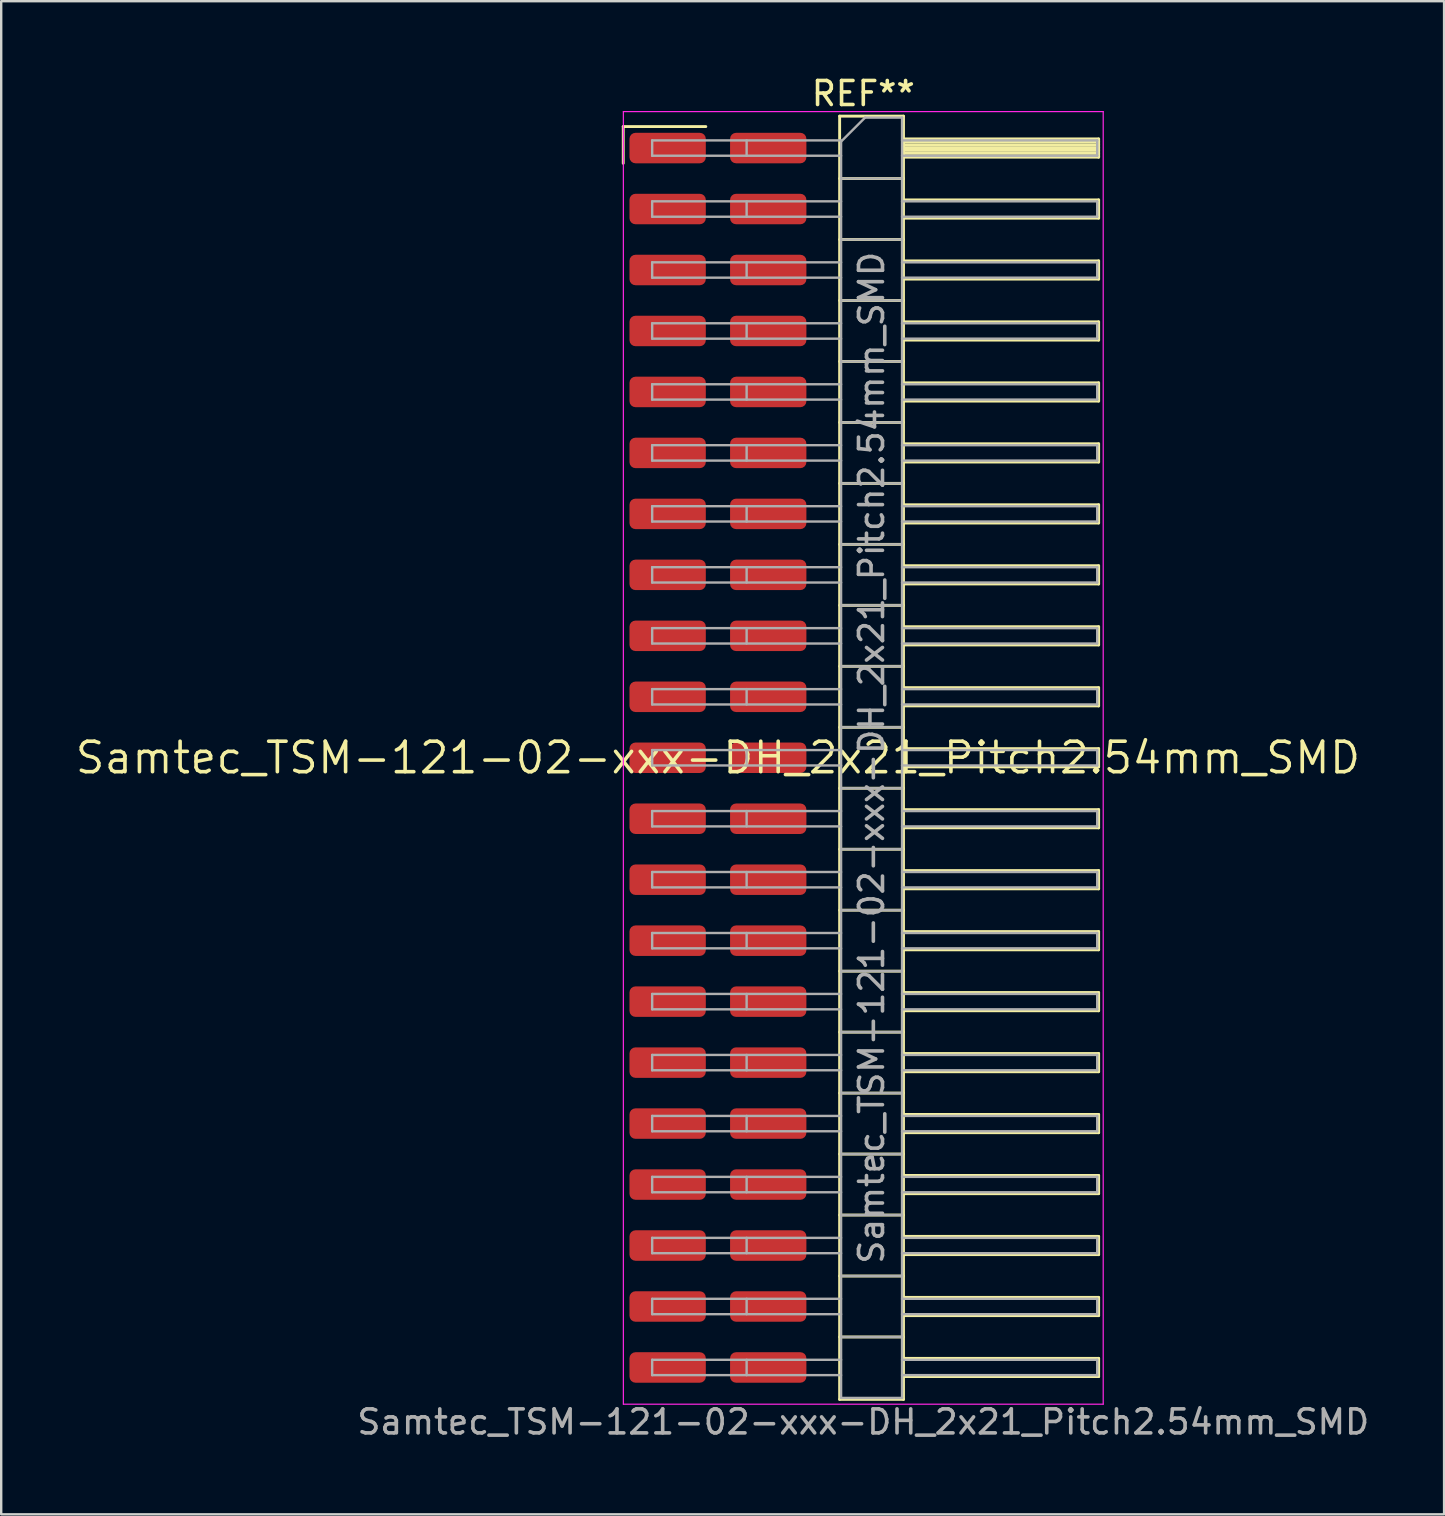
<source format=kicad_pcb>
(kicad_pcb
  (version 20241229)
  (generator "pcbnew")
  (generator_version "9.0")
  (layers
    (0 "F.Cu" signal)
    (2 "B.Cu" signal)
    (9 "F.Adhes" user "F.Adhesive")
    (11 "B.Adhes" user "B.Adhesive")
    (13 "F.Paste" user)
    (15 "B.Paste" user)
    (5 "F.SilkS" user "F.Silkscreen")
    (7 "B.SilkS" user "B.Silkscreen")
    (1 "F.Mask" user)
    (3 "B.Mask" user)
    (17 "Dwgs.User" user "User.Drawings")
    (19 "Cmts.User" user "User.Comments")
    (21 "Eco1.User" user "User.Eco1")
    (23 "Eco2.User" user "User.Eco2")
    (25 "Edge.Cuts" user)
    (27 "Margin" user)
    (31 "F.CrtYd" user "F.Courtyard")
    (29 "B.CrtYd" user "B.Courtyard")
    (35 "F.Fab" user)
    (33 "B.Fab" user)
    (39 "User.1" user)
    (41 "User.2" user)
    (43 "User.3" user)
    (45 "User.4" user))
  (footprint "Samtec_TSM-121-02-xxx-DH_2x21_Pitch2.54mm_SMD"
    (layer "F.Cu")
    (at 26.859 28.518)
    (property "Reference" "Samtec_TSM-121-02-xxx-DH_2x21_Pitch2.54mm_SMD" (at 0 0 0) (layer "F.SilkS") (effects (font (size 1.27 1.27) (thickness 0.15))))
    (attr smd)
    (fp_line (start -3.945 -26.295) (end -0.505 -26.295) (stroke (width 0.12) (type solid)) (layer "F.SilkS"))
    (fp_line (start -3.945 -24.765) (end -3.945 -26.295) (stroke (width 0.12) (type solid)) (layer "F.SilkS"))
    (fp_line (start 5.07 -26.73) (end 7.73 -26.73) (stroke (width 0.12) (type solid)) (layer "F.SilkS"))
    (fp_line (start 5.07 -24.13) (end 7.73 -24.13) (stroke (width 0.12) (type solid)) (layer "F.SilkS"))
    (fp_line (start 5.07 -21.59) (end 7.73 -21.59) (stroke (width 0.12) (type solid)) (layer "F.SilkS"))
    (fp_line (start 5.07 -19.05) (end 7.73 -19.05) (stroke (width 0.12) (type solid)) (layer "F.SilkS"))
    (fp_line (start 5.07 -16.51) (end 7.73 -16.51) (stroke (width 0.12) (type solid)) (layer "F.SilkS"))
    (fp_line (start 5.07 -13.97) (end 7.73 -13.97) (stroke (width 0.12) (type solid)) (layer "F.SilkS"))
    (fp_line (start 5.07 -11.43) (end 7.73 -11.43) (stroke (width 0.12) (type solid)) (layer "F.SilkS"))
    (fp_line (start 5.07 -8.89) (end 7.73 -8.89) (stroke (width 0.12) (type solid)) (layer "F.SilkS"))
    (fp_line (start 5.07 -6.35) (end 7.73 -6.35) (stroke (width 0.12) (type solid)) (layer "F.SilkS"))
    (fp_line (start 5.07 -3.81) (end 7.73 -3.81) (stroke (width 0.12) (type solid)) (layer "F.SilkS"))
    (fp_line (start 5.07 -1.27) (end 7.73 -1.27) (stroke (width 0.12) (type solid)) (layer "F.SilkS"))
    (fp_line (start 5.07 1.27) (end 7.73 1.27) (stroke (width 0.12) (type solid)) (layer "F.SilkS"))
    (fp_line (start 5.07 3.81) (end 7.73 3.81) (stroke (width 0.12) (type solid)) (layer "F.SilkS"))
    (fp_line (start 5.07 6.35) (end 7.73 6.35) (stroke (width 0.12) (type solid)) (layer "F.SilkS"))
    (fp_line (start 5.07 8.89) (end 7.73 8.89) (stroke (width 0.12) (type solid)) (layer "F.SilkS"))
    (fp_line (start 5.07 11.43) (end 7.73 11.43) (stroke (width 0.12) (type solid)) (layer "F.SilkS"))
    (fp_line (start 5.07 13.97) (end 7.73 13.97) (stroke (width 0.12) (type solid)) (layer "F.SilkS"))
    (fp_line (start 5.07 16.51) (end 7.73 16.51) (stroke (width 0.12) (type solid)) (layer "F.SilkS"))
    (fp_line (start 5.07 19.05) (end 7.73 19.05) (stroke (width 0.12) (type solid)) (layer "F.SilkS"))
    (fp_line (start 5.07 21.59) (end 7.73 21.59) (stroke (width 0.12) (type solid)) (layer "F.SilkS"))
    (fp_line (start 5.07 24.13) (end 7.73 24.13) (stroke (width 0.12) (type solid)) (layer "F.SilkS"))
    (fp_line (start 5.07 26.73) (end 5.07 -26.73) (stroke (width 0.12) (type solid)) (layer "F.SilkS"))
    (fp_line (start 7.73 -26.73) (end 7.73 26.73) (stroke (width 0.12) (type solid)) (layer "F.SilkS"))
    (fp_line (start 7.73 -25.78) (end 15.86 -25.78) (stroke (width 0.12) (type solid)) (layer "F.SilkS"))
    (fp_line (start 7.73 -25.66) (end 15.86 -25.66) (stroke (width 0.12) (type solid)) (layer "F.SilkS"))
    (fp_line (start 7.73 -25.54) (end 15.86 -25.54) (stroke (width 0.12) (type solid)) (layer "F.SilkS"))
    (fp_line (start 7.73 -25.42) (end 15.86 -25.42) (stroke (width 0.12) (type solid)) (layer "F.SilkS"))
    (fp_line (start 7.73 -25.3) (end 15.86 -25.3) (stroke (width 0.12) (type solid)) (layer "F.SilkS"))
    (fp_line (start 7.73 -25.18) (end 15.86 -25.18) (stroke (width 0.12) (type solid)) (layer "F.SilkS"))
    (fp_line (start 7.73 -25.06) (end 15.86 -25.06) (stroke (width 0.12) (type solid)) (layer "F.SilkS"))
    (fp_line (start 7.73 -25.02) (end 15.86 -25.02) (stroke (width 0.12) (type solid)) (layer "F.SilkS"))
    (fp_line (start 7.73 -23.24) (end 15.86 -23.24) (stroke (width 0.12) (type solid)) (layer "F.SilkS"))
    (fp_line (start 7.73 -22.48) (end 15.86 -22.48) (stroke (width 0.12) (type solid)) (layer "F.SilkS"))
    (fp_line (start 7.73 -20.7) (end 15.86 -20.7) (stroke (width 0.12) (type solid)) (layer "F.SilkS"))
    (fp_line (start 7.73 -19.94) (end 15.86 -19.94) (stroke (width 0.12) (type solid)) (layer "F.SilkS"))
    (fp_line (start 7.73 -18.16) (end 15.86 -18.16) (stroke (width 0.12) (type solid)) (layer "F.SilkS"))
    (fp_line (start 7.73 -17.4) (end 15.86 -17.4) (stroke (width 0.12) (type solid)) (layer "F.SilkS"))
    (fp_line (start 7.73 -15.62) (end 15.86 -15.62) (stroke (width 0.12) (type solid)) (layer "F.SilkS"))
    (fp_line (start 7.73 -14.86) (end 15.86 -14.86) (stroke (width 0.12) (type solid)) (layer "F.SilkS"))
    (fp_line (start 7.73 -13.08) (end 15.86 -13.08) (stroke (width 0.12) (type solid)) (layer "F.SilkS"))
    (fp_line (start 7.73 -12.32) (end 15.86 -12.32) (stroke (width 0.12) (type solid)) (layer "F.SilkS"))
    (fp_line (start 7.73 -10.54) (end 15.86 -10.54) (stroke (width 0.12) (type solid)) (layer "F.SilkS"))
    (fp_line (start 7.73 -9.78) (end 15.86 -9.78) (stroke (width 0.12) (type solid)) (layer "F.SilkS"))
    (fp_line (start 7.73 -8) (end 15.86 -8) (stroke (width 0.12) (type solid)) (layer "F.SilkS"))
    (fp_line (start 7.73 -7.24) (end 15.86 -7.24) (stroke (width 0.12) (type solid)) (layer "F.SilkS"))
    (fp_line (start 7.73 -5.46) (end 15.86 -5.46) (stroke (width 0.12) (type solid)) (layer "F.SilkS"))
    (fp_line (start 7.73 -4.7) (end 15.86 -4.7) (stroke (width 0.12) (type solid)) (layer "F.SilkS"))
    (fp_line (start 7.73 -2.92) (end 15.86 -2.92) (stroke (width 0.12) (type solid)) (layer "F.SilkS"))
    (fp_line (start 7.73 -2.16) (end 15.86 -2.16) (stroke (width 0.12) (type solid)) (layer "F.SilkS"))
    (fp_line (start 7.73 -0.38) (end 15.86 -0.38) (stroke (width 0.12) (type solid)) (layer "F.SilkS"))
    (fp_line (start 7.73 0.38) (end 15.86 0.38) (stroke (width 0.12) (type solid)) (layer "F.SilkS"))
    (fp_line (start 7.73 2.16) (end 15.86 2.16) (stroke (width 0.12) (type solid)) (layer "F.SilkS"))
    (fp_line (start 7.73 2.92) (end 15.86 2.92) (stroke (width 0.12) (type solid)) (layer "F.SilkS"))
    (fp_line (start 7.73 4.7) (end 15.86 4.7) (stroke (width 0.12) (type solid)) (layer "F.SilkS"))
    (fp_line (start 7.73 5.46) (end 15.86 5.46) (stroke (width 0.12) (type solid)) (layer "F.SilkS"))
    (fp_line (start 7.73 7.24) (end 15.86 7.24) (stroke (width 0.12) (type solid)) (layer "F.SilkS"))
    (fp_line (start 7.73 8) (end 15.86 8) (stroke (width 0.12) (type solid)) (layer "F.SilkS"))
    (fp_line (start 7.73 9.78) (end 15.86 9.78) (stroke (width 0.12) (type solid)) (layer "F.SilkS"))
    (fp_line (start 7.73 10.54) (end 15.86 10.54) (stroke (width 0.12) (type solid)) (layer "F.SilkS"))
    (fp_line (start 7.73 12.32) (end 15.86 12.32) (stroke (width 0.12) (type solid)) (layer "F.SilkS"))
    (fp_line (start 7.73 13.08) (end 15.86 13.08) (stroke (width 0.12) (type solid)) (layer "F.SilkS"))
    (fp_line (start 7.73 14.86) (end 15.86 14.86) (stroke (width 0.12) (type solid)) (layer "F.SilkS"))
    (fp_line (start 7.73 15.62) (end 15.86 15.62) (stroke (width 0.12) (type solid)) (layer "F.SilkS"))
    (fp_line (start 7.73 17.4) (end 15.86 17.4) (stroke (width 0.12) (type solid)) (layer "F.SilkS"))
    (fp_line (start 7.73 18.16) (end 15.86 18.16) (stroke (width 0.12) (type solid)) (layer "F.SilkS"))
    (fp_line (start 7.73 19.94) (end 15.86 19.94) (stroke (width 0.12) (type solid)) (layer "F.SilkS"))
    (fp_line (start 7.73 20.7) (end 15.86 20.7) (stroke (width 0.12) (type solid)) (layer "F.SilkS"))
    (fp_line (start 7.73 22.48) (end 15.86 22.48) (stroke (width 0.12) (type solid)) (layer "F.SilkS"))
    (fp_line (start 7.73 23.24) (end 15.86 23.24) (stroke (width 0.12) (type solid)) (layer "F.SilkS"))
    (fp_line (start 7.73 25.02) (end 15.86 25.02) (stroke (width 0.12) (type solid)) (layer "F.SilkS"))
    (fp_line (start 7.73 25.78) (end 15.86 25.78) (stroke (width 0.12) (type solid)) (layer "F.SilkS"))
    (fp_line (start 7.73 26.73) (end 5.07 26.73) (stroke (width 0.12) (type solid)) (layer "F.SilkS"))
    (fp_line (start 15.86 -25.78) (end 15.86 -25.02) (stroke (width 0.12) (type solid)) (layer "F.SilkS"))
    (fp_line (start 15.86 -23.24) (end 15.86 -22.48) (stroke (width 0.12) (type solid)) (layer "F.SilkS"))
    (fp_line (start 15.86 -20.7) (end 15.86 -19.94) (stroke (width 0.12) (type solid)) (layer "F.SilkS"))
    (fp_line (start 15.86 -18.16) (end 15.86 -17.4) (stroke (width 0.12) (type solid)) (layer "F.SilkS"))
    (fp_line (start 15.86 -15.62) (end 15.86 -14.86) (stroke (width 0.12) (type solid)) (layer "F.SilkS"))
    (fp_line (start 15.86 -13.08) (end 15.86 -12.32) (stroke (width 0.12) (type solid)) (layer "F.SilkS"))
    (fp_line (start 15.86 -10.54) (end 15.86 -9.78) (stroke (width 0.12) (type solid)) (layer "F.SilkS"))
    (fp_line (start 15.86 -8) (end 15.86 -7.24) (stroke (width 0.12) (type solid)) (layer "F.SilkS"))
    (fp_line (start 15.86 -5.46) (end 15.86 -4.7) (stroke (width 0.12) (type solid)) (layer "F.SilkS"))
    (fp_line (start 15.86 -2.92) (end 15.86 -2.16) (stroke (width 0.12) (type solid)) (layer "F.SilkS"))
    (fp_line (start 15.86 -0.38) (end 15.86 0.38) (stroke (width 0.12) (type solid)) (layer "F.SilkS"))
    (fp_line (start 15.86 2.16) (end 15.86 2.92) (stroke (width 0.12) (type solid)) (layer "F.SilkS"))
    (fp_line (start 15.86 4.7) (end 15.86 5.46) (stroke (width 0.12) (type solid)) (layer "F.SilkS"))
    (fp_line (start 15.86 7.24) (end 15.86 8) (stroke (width 0.12) (type solid)) (layer "F.SilkS"))
    (fp_line (start 15.86 9.78) (end 15.86 10.54) (stroke (width 0.12) (type solid)) (layer "F.SilkS"))
    (fp_line (start 15.86 12.32) (end 15.86 13.08) (stroke (width 0.12) (type solid)) (layer "F.SilkS"))
    (fp_line (start 15.86 14.86) (end 15.86 15.62) (stroke (width 0.12) (type solid)) (layer "F.SilkS"))
    (fp_line (start 15.86 17.4) (end 15.86 18.16) (stroke (width 0.12) (type solid)) (layer "F.SilkS"))
    (fp_line (start 15.86 19.94) (end 15.86 20.7) (stroke (width 0.12) (type solid)) (layer "F.SilkS"))
    (fp_line (start 15.86 22.48) (end 15.86 23.24) (stroke (width 0.12) (type solid)) (layer "F.SilkS"))
    (fp_line (start 15.86 25.02) (end 15.86 25.78) (stroke (width 0.12) (type solid)) (layer "F.SilkS"))
    (fp_line (start -3.94 -26.92) (end 16.05 -26.92) (stroke (width 0.05) (type solid)) (layer "F.CrtYd"))
    (fp_line (start -3.94 26.93) (end -3.94 -26.92) (stroke (width 0.05) (type solid)) (layer "F.CrtYd"))
    (fp_line (start 16.05 -26.92) (end 16.05 26.93) (stroke (width 0.05) (type solid)) (layer "F.CrtYd"))
    (fp_line (start 16.05 26.93) (end -3.94 26.93) (stroke (width 0.05) (type solid)) (layer "F.CrtYd"))
    (fp_line (start -2.74 -25.72) (end -2.74 -25.08) (stroke (width 0.1) (type solid)) (layer "F.Fab"))
    (fp_line (start -2.74 -25.72) (end 5.13 -25.72) (stroke (width 0.1) (type solid)) (layer "F.Fab"))
    (fp_line (start -2.74 -25.08) (end 5.13 -25.08) (stroke (width 0.1) (type solid)) (layer "F.Fab"))
    (fp_line (start -2.74 -23.18) (end -2.74 -22.54) (stroke (width 0.1) (type solid)) (layer "F.Fab"))
    (fp_line (start -2.74 -23.18) (end 5.13 -23.18) (stroke (width 0.1) (type solid)) (layer "F.Fab"))
    (fp_line (start -2.74 -22.54) (end 5.13 -22.54) (stroke (width 0.1) (type solid)) (layer "F.Fab"))
    (fp_line (start -2.74 -20.64) (end -2.74 -20) (stroke (width 0.1) (type solid)) (layer "F.Fab"))
    (fp_line (start -2.74 -20.64) (end 5.13 -20.64) (stroke (width 0.1) (type solid)) (layer "F.Fab"))
    (fp_line (start -2.74 -20) (end 5.13 -20) (stroke (width 0.1) (type solid)) (layer "F.Fab"))
    (fp_line (start -2.74 -18.1) (end -2.74 -17.46) (stroke (width 0.1) (type solid)) (layer "F.Fab"))
    (fp_line (start -2.74 -18.1) (end 5.13 -18.1) (stroke (width 0.1) (type solid)) (layer "F.Fab"))
    (fp_line (start -2.74 -17.46) (end 5.13 -17.46) (stroke (width 0.1) (type solid)) (layer "F.Fab"))
    (fp_line (start -2.74 -15.56) (end -2.74 -14.92) (stroke (width 0.1) (type solid)) (layer "F.Fab"))
    (fp_line (start -2.74 -15.56) (end 5.13 -15.56) (stroke (width 0.1) (type solid)) (layer "F.Fab"))
    (fp_line (start -2.74 -14.92) (end 5.13 -14.92) (stroke (width 0.1) (type solid)) (layer "F.Fab"))
    (fp_line (start -2.74 -13.02) (end -2.74 -12.38) (stroke (width 0.1) (type solid)) (layer "F.Fab"))
    (fp_line (start -2.74 -13.02) (end 5.13 -13.02) (stroke (width 0.1) (type solid)) (layer "F.Fab"))
    (fp_line (start -2.74 -12.38) (end 5.13 -12.38) (stroke (width 0.1) (type solid)) (layer "F.Fab"))
    (fp_line (start -2.74 -10.48) (end -2.74 -9.84) (stroke (width 0.1) (type solid)) (layer "F.Fab"))
    (fp_line (start -2.74 -10.48) (end 5.13 -10.48) (stroke (width 0.1) (type solid)) (layer "F.Fab"))
    (fp_line (start -2.74 -9.84) (end 5.13 -9.84) (stroke (width 0.1) (type solid)) (layer "F.Fab"))
    (fp_line (start -2.74 -7.94) (end -2.74 -7.3) (stroke (width 0.1) (type solid)) (layer "F.Fab"))
    (fp_line (start -2.74 -7.94) (end 5.13 -7.94) (stroke (width 0.1) (type solid)) (layer "F.Fab"))
    (fp_line (start -2.74 -7.3) (end 5.13 -7.3) (stroke (width 0.1) (type solid)) (layer "F.Fab"))
    (fp_line (start -2.74 -5.4) (end -2.74 -4.76) (stroke (width 0.1) (type solid)) (layer "F.Fab"))
    (fp_line (start -2.74 -5.4) (end 5.13 -5.4) (stroke (width 0.1) (type solid)) (layer "F.Fab"))
    (fp_line (start -2.74 -4.76) (end 5.13 -4.76) (stroke (width 0.1) (type solid)) (layer "F.Fab"))
    (fp_line (start -2.74 -2.86) (end -2.74 -2.22) (stroke (width 0.1) (type solid)) (layer "F.Fab"))
    (fp_line (start -2.74 -2.86) (end 5.13 -2.86) (stroke (width 0.1) (type solid)) (layer "F.Fab"))
    (fp_line (start -2.74 -2.22) (end 5.13 -2.22) (stroke (width 0.1) (type solid)) (layer "F.Fab"))
    (fp_line (start -2.74 -0.32) (end -2.74 0.32) (stroke (width 0.1) (type solid)) (layer "F.Fab"))
    (fp_line (start -2.74 -0.32) (end 5.13 -0.32) (stroke (width 0.1) (type solid)) (layer "F.Fab"))
    (fp_line (start -2.74 0.32) (end 5.13 0.32) (stroke (width 0.1) (type solid)) (layer "F.Fab"))
    (fp_line (start -2.74 2.22) (end -2.74 2.86) (stroke (width 0.1) (type solid)) (layer "F.Fab"))
    (fp_line (start -2.74 2.22) (end 5.13 2.22) (stroke (width 0.1) (type solid)) (layer "F.Fab"))
    (fp_line (start -2.74 2.86) (end 5.13 2.86) (stroke (width 0.1) (type solid)) (layer "F.Fab"))
    (fp_line (start -2.74 4.76) (end -2.74 5.4) (stroke (width 0.1) (type solid)) (layer "F.Fab"))
    (fp_line (start -2.74 4.76) (end 5.13 4.76) (stroke (width 0.1) (type solid)) (layer "F.Fab"))
    (fp_line (start -2.74 5.4) (end 5.13 5.4) (stroke (width 0.1) (type solid)) (layer "F.Fab"))
    (fp_line (start -2.74 7.3) (end -2.74 7.94) (stroke (width 0.1) (type solid)) (layer "F.Fab"))
    (fp_line (start -2.74 7.3) (end 5.13 7.3) (stroke (width 0.1) (type solid)) (layer "F.Fab"))
    (fp_line (start -2.74 7.94) (end 5.13 7.94) (stroke (width 0.1) (type solid)) (layer "F.Fab"))
    (fp_line (start -2.74 9.84) (end -2.74 10.48) (stroke (width 0.1) (type solid)) (layer "F.Fab"))
    (fp_line (start -2.74 9.84) (end 5.13 9.84) (stroke (width 0.1) (type solid)) (layer "F.Fab"))
    (fp_line (start -2.74 10.48) (end 5.13 10.48) (stroke (width 0.1) (type solid)) (layer "F.Fab"))
    (fp_line (start -2.74 12.38) (end -2.74 13.02) (stroke (width 0.1) (type solid)) (layer "F.Fab"))
    (fp_line (start -2.74 12.38) (end 5.13 12.38) (stroke (width 0.1) (type solid)) (layer "F.Fab"))
    (fp_line (start -2.74 13.02) (end 5.13 13.02) (stroke (width 0.1) (type solid)) (layer "F.Fab"))
    (fp_line (start -2.74 14.92) (end -2.74 15.56) (stroke (width 0.1) (type solid)) (layer "F.Fab"))
    (fp_line (start -2.74 14.92) (end 5.13 14.92) (stroke (width 0.1) (type solid)) (layer "F.Fab"))
    (fp_line (start -2.74 15.56) (end 5.13 15.56) (stroke (width 0.1) (type solid)) (layer "F.Fab"))
    (fp_line (start -2.74 17.46) (end -2.74 18.1) (stroke (width 0.1) (type solid)) (layer "F.Fab"))
    (fp_line (start -2.74 17.46) (end 5.13 17.46) (stroke (width 0.1) (type solid)) (layer "F.Fab"))
    (fp_line (start -2.74 18.1) (end 5.13 18.1) (stroke (width 0.1) (type solid)) (layer "F.Fab"))
    (fp_line (start -2.74 20) (end -2.74 20.64) (stroke (width 0.1) (type solid)) (layer "F.Fab"))
    (fp_line (start -2.74 20) (end 5.13 20) (stroke (width 0.1) (type solid)) (layer "F.Fab"))
    (fp_line (start -2.74 20.64) (end 5.13 20.64) (stroke (width 0.1) (type solid)) (layer "F.Fab"))
    (fp_line (start -2.74 22.54) (end -2.74 23.18) (stroke (width 0.1) (type solid)) (layer "F.Fab"))
    (fp_line (start -2.74 22.54) (end 5.13 22.54) (stroke (width 0.1) (type solid)) (layer "F.Fab"))
    (fp_line (start -2.74 23.18) (end 5.13 23.18) (stroke (width 0.1) (type solid)) (layer "F.Fab"))
    (fp_line (start -2.74 25.08) (end -2.74 25.72) (stroke (width 0.1) (type solid)) (layer "F.Fab"))
    (fp_line (start -2.74 25.08) (end 5.13 25.08) (stroke (width 0.1) (type solid)) (layer "F.Fab"))
    (fp_line (start -2.74 25.72) (end 5.13 25.72) (stroke (width 0.1) (type solid)) (layer "F.Fab"))
    (fp_line (start 1.195 -25.72) (end 1.195 -25.08) (stroke (width 0.1) (type solid)) (layer "F.Fab"))
    (fp_line (start 1.195 -23.18) (end 1.195 -22.54) (stroke (width 0.1) (type solid)) (layer "F.Fab"))
    (fp_line (start 1.195 -20.64) (end 1.195 -20) (stroke (width 0.1) (type solid)) (layer "F.Fab"))
    (fp_line (start 1.195 -18.1) (end 1.195 -17.46) (stroke (width 0.1) (type solid)) (layer "F.Fab"))
    (fp_line (start 1.195 -15.56) (end 1.195 -14.92) (stroke (width 0.1) (type solid)) (layer "F.Fab"))
    (fp_line (start 1.195 -13.02) (end 1.195 -12.38) (stroke (width 0.1) (type solid)) (layer "F.Fab"))
    (fp_line (start 1.195 -10.48) (end 1.195 -9.84) (stroke (width 0.1) (type solid)) (layer "F.Fab"))
    (fp_line (start 1.195 -7.94) (end 1.195 -7.3) (stroke (width 0.1) (type solid)) (layer "F.Fab"))
    (fp_line (start 1.195 -5.4) (end 1.195 -4.76) (stroke (width 0.1) (type solid)) (layer "F.Fab"))
    (fp_line (start 1.195 -2.86) (end 1.195 -2.22) (stroke (width 0.1) (type solid)) (layer "F.Fab"))
    (fp_line (start 1.195 -0.32) (end 1.195 0.32) (stroke (width 0.1) (type solid)) (layer "F.Fab"))
    (fp_line (start 1.195 2.22) (end 1.195 2.86) (stroke (width 0.1) (type solid)) (layer "F.Fab"))
    (fp_line (start 1.195 4.76) (end 1.195 5.4) (stroke (width 0.1) (type solid)) (layer "F.Fab"))
    (fp_line (start 1.195 7.3) (end 1.195 7.94) (stroke (width 0.1) (type solid)) (layer "F.Fab"))
    (fp_line (start 1.195 9.84) (end 1.195 10.48) (stroke (width 0.1) (type solid)) (layer "F.Fab"))
    (fp_line (start 1.195 12.38) (end 1.195 13.02) (stroke (width 0.1) (type solid)) (layer "F.Fab"))
    (fp_line (start 1.195 14.92) (end 1.195 15.56) (stroke (width 0.1) (type solid)) (layer "F.Fab"))
    (fp_line (start 1.195 17.46) (end 1.195 18.1) (stroke (width 0.1) (type solid)) (layer "F.Fab"))
    (fp_line (start 1.195 20) (end 1.195 20.64) (stroke (width 0.1) (type solid)) (layer "F.Fab"))
    (fp_line (start 1.195 22.54) (end 1.195 23.18) (stroke (width 0.1) (type solid)) (layer "F.Fab"))
    (fp_line (start 1.195 25.08) (end 1.195 25.72) (stroke (width 0.1) (type solid)) (layer "F.Fab"))
    (fp_line (start 5.13 -25.67) (end 6.13 -26.67) (stroke (width 0.1) (type solid)) (layer "F.Fab"))
    (fp_line (start 5.13 -24.13) (end 7.67 -24.13) (stroke (width 0.1) (type solid)) (layer "F.Fab"))
    (fp_line (start 5.13 -21.59) (end 7.67 -21.59) (stroke (width 0.1) (type solid)) (layer "F.Fab"))
    (fp_line (start 5.13 -19.05) (end 7.67 -19.05) (stroke (width 0.1) (type solid)) (layer "F.Fab"))
    (fp_line (start 5.13 -16.51) (end 7.67 -16.51) (stroke (width 0.1) (type solid)) (layer "F.Fab"))
    (fp_line (start 5.13 -13.97) (end 7.67 -13.97) (stroke (width 0.1) (type solid)) (layer "F.Fab"))
    (fp_line (start 5.13 -11.43) (end 7.67 -11.43) (stroke (width 0.1) (type solid)) (layer "F.Fab"))
    (fp_line (start 5.13 -8.89) (end 7.67 -8.89) (stroke (width 0.1) (type solid)) (layer "F.Fab"))
    (fp_line (start 5.13 -6.35) (end 7.67 -6.35) (stroke (width 0.1) (type solid)) (layer "F.Fab"))
    (fp_line (start 5.13 -3.81) (end 7.67 -3.81) (stroke (width 0.1) (type solid)) (layer "F.Fab"))
    (fp_line (start 5.13 -1.27) (end 7.67 -1.27) (stroke (width 0.1) (type solid)) (layer "F.Fab"))
    (fp_line (start 5.13 1.27) (end 7.67 1.27) (stroke (width 0.1) (type solid)) (layer "F.Fab"))
    (fp_line (start 5.13 3.81) (end 7.67 3.81) (stroke (width 0.1) (type solid)) (layer "F.Fab"))
    (fp_line (start 5.13 6.35) (end 7.67 6.35) (stroke (width 0.1) (type solid)) (layer "F.Fab"))
    (fp_line (start 5.13 8.89) (end 7.67 8.89) (stroke (width 0.1) (type solid)) (layer "F.Fab"))
    (fp_line (start 5.13 11.43) (end 7.67 11.43) (stroke (width 0.1) (type solid)) (layer "F.Fab"))
    (fp_line (start 5.13 13.97) (end 7.67 13.97) (stroke (width 0.1) (type solid)) (layer "F.Fab"))
    (fp_line (start 5.13 16.51) (end 7.67 16.51) (stroke (width 0.1) (type solid)) (layer "F.Fab"))
    (fp_line (start 5.13 19.05) (end 7.67 19.05) (stroke (width 0.1) (type solid)) (layer "F.Fab"))
    (fp_line (start 5.13 21.59) (end 7.67 21.59) (stroke (width 0.1) (type solid)) (layer "F.Fab"))
    (fp_line (start 5.13 24.13) (end 7.67 24.13) (stroke (width 0.1) (type solid)) (layer "F.Fab"))
    (fp_line (start 5.13 26.67) (end 5.13 -25.67) (stroke (width 0.1) (type solid)) (layer "F.Fab"))
    (fp_line (start 6.13 -26.67) (end 7.67 -26.67) (stroke (width 0.1) (type solid)) (layer "F.Fab"))
    (fp_line (start 7.67 -26.67) (end 7.67 26.67) (stroke (width 0.1) (type solid)) (layer "F.Fab"))
    (fp_line (start 7.67 -25.72) (end 15.8 -25.72) (stroke (width 0.1) (type solid)) (layer "F.Fab"))
    (fp_line (start 7.67 -25.08) (end 15.8 -25.08) (stroke (width 0.1) (type solid)) (layer "F.Fab"))
    (fp_line (start 7.67 -23.18) (end 15.8 -23.18) (stroke (width 0.1) (type solid)) (layer "F.Fab"))
    (fp_line (start 7.67 -22.54) (end 15.8 -22.54) (stroke (width 0.1) (type solid)) (layer "F.Fab"))
    (fp_line (start 7.67 -20.64) (end 15.8 -20.64) (stroke (width 0.1) (type solid)) (layer "F.Fab"))
    (fp_line (start 7.67 -20) (end 15.8 -20) (stroke (width 0.1) (type solid)) (layer "F.Fab"))
    (fp_line (start 7.67 -18.1) (end 15.8 -18.1) (stroke (width 0.1) (type solid)) (layer "F.Fab"))
    (fp_line (start 7.67 -17.46) (end 15.8 -17.46) (stroke (width 0.1) (type solid)) (layer "F.Fab"))
    (fp_line (start 7.67 -15.56) (end 15.8 -15.56) (stroke (width 0.1) (type solid)) (layer "F.Fab"))
    (fp_line (start 7.67 -14.92) (end 15.8 -14.92) (stroke (width 0.1) (type solid)) (layer "F.Fab"))
    (fp_line (start 7.67 -13.02) (end 15.8 -13.02) (stroke (width 0.1) (type solid)) (layer "F.Fab"))
    (fp_line (start 7.67 -12.38) (end 15.8 -12.38) (stroke (width 0.1) (type solid)) (layer "F.Fab"))
    (fp_line (start 7.67 -10.48) (end 15.8 -10.48) (stroke (width 0.1) (type solid)) (layer "F.Fab"))
    (fp_line (start 7.67 -9.84) (end 15.8 -9.84) (stroke (width 0.1) (type solid)) (layer "F.Fab"))
    (fp_line (start 7.67 -7.94) (end 15.8 -7.94) (stroke (width 0.1) (type solid)) (layer "F.Fab"))
    (fp_line (start 7.67 -7.3) (end 15.8 -7.3) (stroke (width 0.1) (type solid)) (layer "F.Fab"))
    (fp_line (start 7.67 -5.4) (end 15.8 -5.4) (stroke (width 0.1) (type solid)) (layer "F.Fab"))
    (fp_line (start 7.67 -4.76) (end 15.8 -4.76) (stroke (width 0.1) (type solid)) (layer "F.Fab"))
    (fp_line (start 7.67 -2.86) (end 15.8 -2.86) (stroke (width 0.1) (type solid)) (layer "F.Fab"))
    (fp_line (start 7.67 -2.22) (end 15.8 -2.22) (stroke (width 0.1) (type solid)) (layer "F.Fab"))
    (fp_line (start 7.67 -0.32) (end 15.8 -0.32) (stroke (width 0.1) (type solid)) (layer "F.Fab"))
    (fp_line (start 7.67 0.32) (end 15.8 0.32) (stroke (width 0.1) (type solid)) (layer "F.Fab"))
    (fp_line (start 7.67 2.22) (end 15.8 2.22) (stroke (width 0.1) (type solid)) (layer "F.Fab"))
    (fp_line (start 7.67 2.86) (end 15.8 2.86) (stroke (width 0.1) (type solid)) (layer "F.Fab"))
    (fp_line (start 7.67 4.76) (end 15.8 4.76) (stroke (width 0.1) (type solid)) (layer "F.Fab"))
    (fp_line (start 7.67 5.4) (end 15.8 5.4) (stroke (width 0.1) (type solid)) (layer "F.Fab"))
    (fp_line (start 7.67 7.3) (end 15.8 7.3) (stroke (width 0.1) (type solid)) (layer "F.Fab"))
    (fp_line (start 7.67 7.94) (end 15.8 7.94) (stroke (width 0.1) (type solid)) (layer "F.Fab"))
    (fp_line (start 7.67 9.84) (end 15.8 9.84) (stroke (width 0.1) (type solid)) (layer "F.Fab"))
    (fp_line (start 7.67 10.48) (end 15.8 10.48) (stroke (width 0.1) (type solid)) (layer "F.Fab"))
    (fp_line (start 7.67 12.38) (end 15.8 12.38) (stroke (width 0.1) (type solid)) (layer "F.Fab"))
    (fp_line (start 7.67 13.02) (end 15.8 13.02) (stroke (width 0.1) (type solid)) (layer "F.Fab"))
    (fp_line (start 7.67 14.92) (end 15.8 14.92) (stroke (width 0.1) (type solid)) (layer "F.Fab"))
    (fp_line (start 7.67 15.56) (end 15.8 15.56) (stroke (width 0.1) (type solid)) (layer "F.Fab"))
    (fp_line (start 7.67 17.46) (end 15.8 17.46) (stroke (width 0.1) (type solid)) (layer "F.Fab"))
    (fp_line (start 7.67 18.1) (end 15.8 18.1) (stroke (width 0.1) (type solid)) (layer "F.Fab"))
    (fp_line (start 7.67 20) (end 15.8 20) (stroke (width 0.1) (type solid)) (layer "F.Fab"))
    (fp_line (start 7.67 20.64) (end 15.8 20.64) (stroke (width 0.1) (type solid)) (layer "F.Fab"))
    (fp_line (start 7.67 22.54) (end 15.8 22.54) (stroke (width 0.1) (type solid)) (layer "F.Fab"))
    (fp_line (start 7.67 23.18) (end 15.8 23.18) (stroke (width 0.1) (type solid)) (layer "F.Fab"))
    (fp_line (start 7.67 25.08) (end 15.8 25.08) (stroke (width 0.1) (type solid)) (layer "F.Fab"))
    (fp_line (start 7.67 25.72) (end 15.8 25.72) (stroke (width 0.1) (type solid)) (layer "F.Fab"))
    (fp_line (start 7.67 26.67) (end 5.13 26.67) (stroke (width 0.1) (type solid)) (layer "F.Fab"))
    (fp_line (start 15.8 -25.72) (end 15.8 -25.08) (stroke (width 0.1) (type solid)) (layer "F.Fab"))
    (fp_line (start 15.8 -23.18) (end 15.8 -22.54) (stroke (width 0.1) (type solid)) (layer "F.Fab"))
    (fp_line (start 15.8 -20.64) (end 15.8 -20) (stroke (width 0.1) (type solid)) (layer "F.Fab"))
    (fp_line (start 15.8 -18.1) (end 15.8 -17.46) (stroke (width 0.1) (type solid)) (layer "F.Fab"))
    (fp_line (start 15.8 -15.56) (end 15.8 -14.92) (stroke (width 0.1) (type solid)) (layer "F.Fab"))
    (fp_line (start 15.8 -13.02) (end 15.8 -12.38) (stroke (width 0.1) (type solid)) (layer "F.Fab"))
    (fp_line (start 15.8 -10.48) (end 15.8 -9.84) (stroke (width 0.1) (type solid)) (layer "F.Fab"))
    (fp_line (start 15.8 -7.94) (end 15.8 -7.3) (stroke (width 0.1) (type solid)) (layer "F.Fab"))
    (fp_line (start 15.8 -5.4) (end 15.8 -4.76) (stroke (width 0.1) (type solid)) (layer "F.Fab"))
    (fp_line (start 15.8 -2.86) (end 15.8 -2.22) (stroke (width 0.1) (type solid)) (layer "F.Fab"))
    (fp_line (start 15.8 -0.32) (end 15.8 0.32) (stroke (width 0.1) (type solid)) (layer "F.Fab"))
    (fp_line (start 15.8 2.22) (end 15.8 2.86) (stroke (width 0.1) (type solid)) (layer "F.Fab"))
    (fp_line (start 15.8 4.76) (end 15.8 5.4) (stroke (width 0.1) (type solid)) (layer "F.Fab"))
    (fp_line (start 15.8 7.3) (end 15.8 7.94) (stroke (width 0.1) (type solid)) (layer "F.Fab"))
    (fp_line (start 15.8 9.84) (end 15.8 10.48) (stroke (width 0.1) (type solid)) (layer "F.Fab"))
    (fp_line (start 15.8 12.38) (end 15.8 13.02) (stroke (width 0.1) (type solid)) (layer "F.Fab"))
    (fp_line (start 15.8 14.92) (end 15.8 15.56) (stroke (width 0.1) (type solid)) (layer "F.Fab"))
    (fp_line (start 15.8 17.46) (end 15.8 18.1) (stroke (width 0.1) (type solid)) (layer "F.Fab"))
    (fp_line (start 15.8 20) (end 15.8 20.64) (stroke (width 0.1) (type solid)) (layer "F.Fab"))
    (fp_line (start 15.8 22.54) (end 15.8 23.18) (stroke (width 0.1) (type solid)) (layer "F.Fab"))
    (fp_line (start 15.8 25.08) (end 15.8 25.72) (stroke (width 0.1) (type solid)) (layer "F.Fab"))
    (fp_text user "REF**" (at 6.055 -27.67 0) (layer "F.SilkS") (effects (font (size 1 1) (thickness 0.15))))
    (fp_text user "${REFERENCE}" (at 6.4 0 90) (layer "F.Fab") (effects (font (size 1 1) (thickness 0.15))))
    (fp_text user "Samtec_TSM-121-02-xxx-DH_2x21_Pitch2.54mm_SMD" (at 6.055 27.67 0) (layer "F.Fab") (effects (font (size 1 1) (thickness 0.15))))
    (pad "1" smd roundrect (at -2.095 -25.4) (size 3.18 1.27) (layers "F.Cu" "F.Mask" "F.Paste") (roundrect_rratio 0.197))
    (pad "2" smd roundrect (at 2.095 -25.4) (size 3.18 1.27) (layers "F.Cu" "F.Mask" "F.Paste") (roundrect_rratio 0.197))
    (pad "3" smd roundrect (at -2.095 -22.86) (size 3.18 1.27) (layers "F.Cu" "F.Mask" "F.Paste") (roundrect_rratio 0.197))
    (pad "4" smd roundrect (at 2.095 -22.86) (size 3.18 1.27) (layers "F.Cu" "F.Mask" "F.Paste") (roundrect_rratio 0.197))
    (pad "5" smd roundrect (at -2.095 -20.32) (size 3.18 1.27) (layers "F.Cu" "F.Mask" "F.Paste") (roundrect_rratio 0.197))
    (pad "6" smd roundrect (at 2.095 -20.32) (size 3.18 1.27) (layers "F.Cu" "F.Mask" "F.Paste") (roundrect_rratio 0.197))
    (pad "7" smd roundrect (at -2.095 -17.78) (size 3.18 1.27) (layers "F.Cu" "F.Mask" "F.Paste") (roundrect_rratio 0.197))
    (pad "8" smd roundrect (at 2.095 -17.78) (size 3.18 1.27) (layers "F.Cu" "F.Mask" "F.Paste") (roundrect_rratio 0.197))
    (pad "9" smd roundrect (at -2.095 -15.24) (size 3.18 1.27) (layers "F.Cu" "F.Mask" "F.Paste") (roundrect_rratio 0.197))
    (pad "10" smd roundrect (at 2.095 -15.24) (size 3.18 1.27) (layers "F.Cu" "F.Mask" "F.Paste") (roundrect_rratio 0.197))
    (pad "11" smd roundrect (at -2.095 -12.7) (size 3.18 1.27) (layers "F.Cu" "F.Mask" "F.Paste") (roundrect_rratio 0.197))
    (pad "12" smd roundrect (at 2.095 -12.7) (size 3.18 1.27) (layers "F.Cu" "F.Mask" "F.Paste") (roundrect_rratio 0.197))
    (pad "13" smd roundrect (at -2.095 -10.16) (size 3.18 1.27) (layers "F.Cu" "F.Mask" "F.Paste") (roundrect_rratio 0.197))
    (pad "14" smd roundrect (at 2.095 -10.16) (size 3.18 1.27) (layers "F.Cu" "F.Mask" "F.Paste") (roundrect_rratio 0.197))
    (pad "15" smd roundrect (at -2.095 -7.62) (size 3.18 1.27) (layers "F.Cu" "F.Mask" "F.Paste") (roundrect_rratio 0.197))
    (pad "16" smd roundrect (at 2.095 -7.62) (size 3.18 1.27) (layers "F.Cu" "F.Mask" "F.Paste") (roundrect_rratio 0.197))
    (pad "17" smd roundrect (at -2.095 -5.08) (size 3.18 1.27) (layers "F.Cu" "F.Mask" "F.Paste") (roundrect_rratio 0.197))
    (pad "18" smd roundrect (at 2.095 -5.08) (size 3.18 1.27) (layers "F.Cu" "F.Mask" "F.Paste") (roundrect_rratio 0.197))
    (pad "19" smd roundrect (at -2.095 -2.54) (size 3.18 1.27) (layers "F.Cu" "F.Mask" "F.Paste") (roundrect_rratio 0.197))
    (pad "20" smd roundrect (at 2.095 -2.54) (size 3.18 1.27) (layers "F.Cu" "F.Mask" "F.Paste") (roundrect_rratio 0.197))
    (pad "21" smd roundrect (at -2.095 0) (size 3.18 1.27) (layers "F.Cu" "F.Mask" "F.Paste") (roundrect_rratio 0.197))
    (pad "22" smd roundrect (at 2.095 0) (size 3.18 1.27) (layers "F.Cu" "F.Mask" "F.Paste") (roundrect_rratio 0.197))
    (pad "23" smd roundrect (at -2.095 2.54) (size 3.18 1.27) (layers "F.Cu" "F.Mask" "F.Paste") (roundrect_rratio 0.197))
    (pad "24" smd roundrect (at 2.095 2.54) (size 3.18 1.27) (layers "F.Cu" "F.Mask" "F.Paste") (roundrect_rratio 0.197))
    (pad "25" smd roundrect (at -2.095 5.08) (size 3.18 1.27) (layers "F.Cu" "F.Mask" "F.Paste") (roundrect_rratio 0.197))
    (pad "26" smd roundrect (at 2.095 5.08) (size 3.18 1.27) (layers "F.Cu" "F.Mask" "F.Paste") (roundrect_rratio 0.197))
    (pad "27" smd roundrect (at -2.095 7.62) (size 3.18 1.27) (layers "F.Cu" "F.Mask" "F.Paste") (roundrect_rratio 0.197))
    (pad "28" smd roundrect (at 2.095 7.62) (size 3.18 1.27) (layers "F.Cu" "F.Mask" "F.Paste") (roundrect_rratio 0.197))
    (pad "29" smd roundrect (at -2.095 10.16) (size 3.18 1.27) (layers "F.Cu" "F.Mask" "F.Paste") (roundrect_rratio 0.197))
    (pad "30" smd roundrect (at 2.095 10.16) (size 3.18 1.27) (layers "F.Cu" "F.Mask" "F.Paste") (roundrect_rratio 0.197))
    (pad "31" smd roundrect (at -2.095 12.7) (size 3.18 1.27) (layers "F.Cu" "F.Mask" "F.Paste") (roundrect_rratio 0.197))
    (pad "32" smd roundrect (at 2.095 12.7) (size 3.18 1.27) (layers "F.Cu" "F.Mask" "F.Paste") (roundrect_rratio 0.197))
    (pad "33" smd roundrect (at -2.095 15.24) (size 3.18 1.27) (layers "F.Cu" "F.Mask" "F.Paste") (roundrect_rratio 0.197))
    (pad "34" smd roundrect (at 2.095 15.24) (size 3.18 1.27) (layers "F.Cu" "F.Mask" "F.Paste") (roundrect_rratio 0.197))
    (pad "35" smd roundrect (at -2.095 17.78) (size 3.18 1.27) (layers "F.Cu" "F.Mask" "F.Paste") (roundrect_rratio 0.197))
    (pad "36" smd roundrect (at 2.095 17.78) (size 3.18 1.27) (layers "F.Cu" "F.Mask" "F.Paste") (roundrect_rratio 0.197))
    (pad "37" smd roundrect (at -2.095 20.32) (size 3.18 1.27) (layers "F.Cu" "F.Mask" "F.Paste") (roundrect_rratio 0.197))
    (pad "38" smd roundrect (at 2.095 20.32) (size 3.18 1.27) (layers "F.Cu" "F.Mask" "F.Paste") (roundrect_rratio 0.197))
    (pad "39" smd roundrect (at -2.095 22.86) (size 3.18 1.27) (layers "F.Cu" "F.Mask" "F.Paste") (roundrect_rratio 0.197))
    (pad "40" smd roundrect (at 2.095 22.86) (size 3.18 1.27) (layers "F.Cu" "F.Mask" "F.Paste") (roundrect_rratio 0.197))
    (pad "41" smd roundrect (at -2.095 25.4) (size 3.18 1.27) (layers "F.Cu" "F.Mask" "F.Paste") (roundrect_rratio 0.197))
    (pad "42" smd roundrect (at 2.095 25.4) (size 3.18 1.27) (layers "F.Cu" "F.Mask" "F.Paste") (roundrect_rratio 0.197)))
  (gr_rect
    (start -3 -3)
    (end 57.11 60.036)
    (stroke (width 0.1) (type default))
    (fill no)
    (layer "Edge.Cuts")))
</source>
